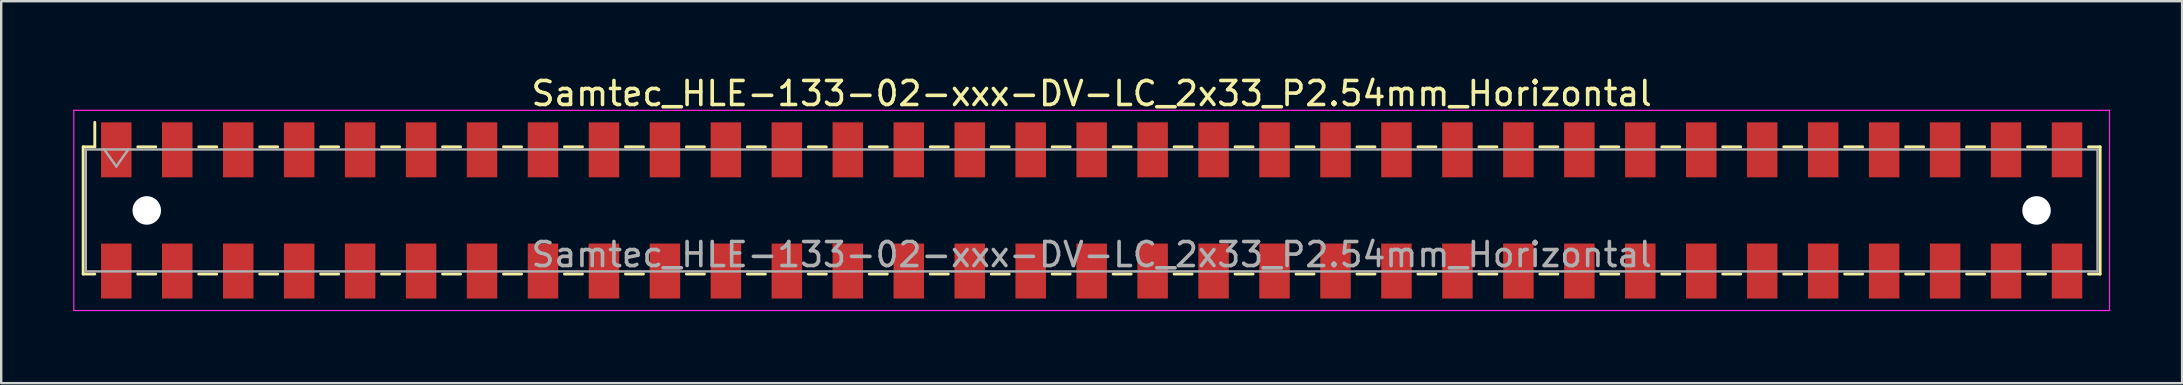
<source format=kicad_pcb>
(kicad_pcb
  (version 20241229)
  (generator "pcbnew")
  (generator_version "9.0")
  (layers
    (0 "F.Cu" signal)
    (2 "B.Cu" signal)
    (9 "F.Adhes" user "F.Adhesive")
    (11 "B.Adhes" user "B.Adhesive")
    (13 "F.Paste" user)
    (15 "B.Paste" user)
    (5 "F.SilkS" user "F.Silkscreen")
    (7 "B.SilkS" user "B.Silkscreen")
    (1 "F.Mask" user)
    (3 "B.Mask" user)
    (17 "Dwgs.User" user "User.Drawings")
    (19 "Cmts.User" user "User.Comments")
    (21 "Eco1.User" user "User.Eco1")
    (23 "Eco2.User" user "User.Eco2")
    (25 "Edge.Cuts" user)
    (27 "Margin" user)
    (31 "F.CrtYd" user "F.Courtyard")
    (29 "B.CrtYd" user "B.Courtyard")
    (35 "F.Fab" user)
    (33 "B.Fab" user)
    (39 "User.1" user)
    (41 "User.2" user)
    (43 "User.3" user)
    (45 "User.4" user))
  (footprint "Samtec_HLE-133-02-xxx-DV-LC_2x33_P2.54mm_Horizontal"
    (layer "F.Cu")
    (at 42.435 5.718)
    (property "Reference" "Samtec_HLE-133-02-xxx-DV-LC_2x33_P2.54mm_Horizontal" (at 0 -4.87 0) (layer "F.SilkS") (effects (font (size 1 1) (thickness 0.15))))
    (attr smd)
    (fp_line (start -42.02 -2.65) (end -42.02 2.65) (stroke (width 0.12) (type solid)) (layer "F.SilkS"))
    (fp_line (start -42.02 2.65) (end -41.535 2.65) (stroke (width 0.12) (type solid)) (layer "F.SilkS"))
    (fp_line (start -41.535 -3.67) (end -41.535 -2.65) (stroke (width 0.12) (type solid)) (layer "F.SilkS"))
    (fp_line (start -41.535 -2.65) (end -42.02 -2.65) (stroke (width 0.12) (type solid)) (layer "F.SilkS"))
    (fp_line (start -39.745 -2.65) (end -38.995 -2.65) (stroke (width 0.12) (type solid)) (layer "F.SilkS"))
    (fp_line (start -39.745 2.65) (end -38.995 2.65) (stroke (width 0.12) (type solid)) (layer "F.SilkS"))
    (fp_line (start -37.205 -2.65) (end -36.455 -2.65) (stroke (width 0.12) (type solid)) (layer "F.SilkS"))
    (fp_line (start -37.205 2.65) (end -36.455 2.65) (stroke (width 0.12) (type solid)) (layer "F.SilkS"))
    (fp_line (start -34.665 -2.65) (end -33.915 -2.65) (stroke (width 0.12) (type solid)) (layer "F.SilkS"))
    (fp_line (start -34.665 2.65) (end -33.915 2.65) (stroke (width 0.12) (type solid)) (layer "F.SilkS"))
    (fp_line (start -32.125 -2.65) (end -31.375 -2.65) (stroke (width 0.12) (type solid)) (layer "F.SilkS"))
    (fp_line (start -32.125 2.65) (end -31.375 2.65) (stroke (width 0.12) (type solid)) (layer "F.SilkS"))
    (fp_line (start -29.585 -2.65) (end -28.835 -2.65) (stroke (width 0.12) (type solid)) (layer "F.SilkS"))
    (fp_line (start -29.585 2.65) (end -28.835 2.65) (stroke (width 0.12) (type solid)) (layer "F.SilkS"))
    (fp_line (start -27.045 -2.65) (end -26.295 -2.65) (stroke (width 0.12) (type solid)) (layer "F.SilkS"))
    (fp_line (start -27.045 2.65) (end -26.295 2.65) (stroke (width 0.12) (type solid)) (layer "F.SilkS"))
    (fp_line (start -24.505 -2.65) (end -23.755 -2.65) (stroke (width 0.12) (type solid)) (layer "F.SilkS"))
    (fp_line (start -24.505 2.65) (end -23.755 2.65) (stroke (width 0.12) (type solid)) (layer "F.SilkS"))
    (fp_line (start -21.965 -2.65) (end -21.215 -2.65) (stroke (width 0.12) (type solid)) (layer "F.SilkS"))
    (fp_line (start -21.965 2.65) (end -21.215 2.65) (stroke (width 0.12) (type solid)) (layer "F.SilkS"))
    (fp_line (start -19.425 -2.65) (end -18.675 -2.65) (stroke (width 0.12) (type solid)) (layer "F.SilkS"))
    (fp_line (start -19.425 2.65) (end -18.675 2.65) (stroke (width 0.12) (type solid)) (layer "F.SilkS"))
    (fp_line (start -16.885 -2.65) (end -16.135 -2.65) (stroke (width 0.12) (type solid)) (layer "F.SilkS"))
    (fp_line (start -16.885 2.65) (end -16.135 2.65) (stroke (width 0.12) (type solid)) (layer "F.SilkS"))
    (fp_line (start -14.345 -2.65) (end -13.595 -2.65) (stroke (width 0.12) (type solid)) (layer "F.SilkS"))
    (fp_line (start -14.345 2.65) (end -13.595 2.65) (stroke (width 0.12) (type solid)) (layer "F.SilkS"))
    (fp_line (start -11.805 -2.65) (end -11.055 -2.65) (stroke (width 0.12) (type solid)) (layer "F.SilkS"))
    (fp_line (start -11.805 2.65) (end -11.055 2.65) (stroke (width 0.12) (type solid)) (layer "F.SilkS"))
    (fp_line (start -9.265 -2.65) (end -8.515 -2.65) (stroke (width 0.12) (type solid)) (layer "F.SilkS"))
    (fp_line (start -9.265 2.65) (end -8.515 2.65) (stroke (width 0.12) (type solid)) (layer "F.SilkS"))
    (fp_line (start -6.725 -2.65) (end -5.975 -2.65) (stroke (width 0.12) (type solid)) (layer "F.SilkS"))
    (fp_line (start -6.725 2.65) (end -5.975 2.65) (stroke (width 0.12) (type solid)) (layer "F.SilkS"))
    (fp_line (start -4.185 -2.65) (end -3.435 -2.65) (stroke (width 0.12) (type solid)) (layer "F.SilkS"))
    (fp_line (start -4.185 2.65) (end -3.435 2.65) (stroke (width 0.12) (type solid)) (layer "F.SilkS"))
    (fp_line (start -1.645 -2.65) (end -0.895 -2.65) (stroke (width 0.12) (type solid)) (layer "F.SilkS"))
    (fp_line (start -1.645 2.65) (end -0.895 2.65) (stroke (width 0.12) (type solid)) (layer "F.SilkS"))
    (fp_line (start 0.895 -2.65) (end 1.645 -2.65) (stroke (width 0.12) (type solid)) (layer "F.SilkS"))
    (fp_line (start 0.895 2.65) (end 1.645 2.65) (stroke (width 0.12) (type solid)) (layer "F.SilkS"))
    (fp_line (start 3.435 -2.65) (end 4.185 -2.65) (stroke (width 0.12) (type solid)) (layer "F.SilkS"))
    (fp_line (start 3.435 2.65) (end 4.185 2.65) (stroke (width 0.12) (type solid)) (layer "F.SilkS"))
    (fp_line (start 5.975 -2.65) (end 6.725 -2.65) (stroke (width 0.12) (type solid)) (layer "F.SilkS"))
    (fp_line (start 5.975 2.65) (end 6.725 2.65) (stroke (width 0.12) (type solid)) (layer "F.SilkS"))
    (fp_line (start 8.515 -2.65) (end 9.265 -2.65) (stroke (width 0.12) (type solid)) (layer "F.SilkS"))
    (fp_line (start 8.515 2.65) (end 9.265 2.65) (stroke (width 0.12) (type solid)) (layer "F.SilkS"))
    (fp_line (start 11.055 -2.65) (end 11.805 -2.65) (stroke (width 0.12) (type solid)) (layer "F.SilkS"))
    (fp_line (start 11.055 2.65) (end 11.805 2.65) (stroke (width 0.12) (type solid)) (layer "F.SilkS"))
    (fp_line (start 13.595 -2.65) (end 14.345 -2.65) (stroke (width 0.12) (type solid)) (layer "F.SilkS"))
    (fp_line (start 13.595 2.65) (end 14.345 2.65) (stroke (width 0.12) (type solid)) (layer "F.SilkS"))
    (fp_line (start 16.135 -2.65) (end 16.885 -2.65) (stroke (width 0.12) (type solid)) (layer "F.SilkS"))
    (fp_line (start 16.135 2.65) (end 16.885 2.65) (stroke (width 0.12) (type solid)) (layer "F.SilkS"))
    (fp_line (start 18.675 -2.65) (end 19.425 -2.65) (stroke (width 0.12) (type solid)) (layer "F.SilkS"))
    (fp_line (start 18.675 2.65) (end 19.425 2.65) (stroke (width 0.12) (type solid)) (layer "F.SilkS"))
    (fp_line (start 21.215 -2.65) (end 21.965 -2.65) (stroke (width 0.12) (type solid)) (layer "F.SilkS"))
    (fp_line (start 21.215 2.65) (end 21.965 2.65) (stroke (width 0.12) (type solid)) (layer "F.SilkS"))
    (fp_line (start 23.755 -2.65) (end 24.505 -2.65) (stroke (width 0.12) (type solid)) (layer "F.SilkS"))
    (fp_line (start 23.755 2.65) (end 24.505 2.65) (stroke (width 0.12) (type solid)) (layer "F.SilkS"))
    (fp_line (start 26.295 -2.65) (end 27.045 -2.65) (stroke (width 0.12) (type solid)) (layer "F.SilkS"))
    (fp_line (start 26.295 2.65) (end 27.045 2.65) (stroke (width 0.12) (type solid)) (layer "F.SilkS"))
    (fp_line (start 28.835 -2.65) (end 29.585 -2.65) (stroke (width 0.12) (type solid)) (layer "F.SilkS"))
    (fp_line (start 28.835 2.65) (end 29.585 2.65) (stroke (width 0.12) (type solid)) (layer "F.SilkS"))
    (fp_line (start 31.375 -2.65) (end 32.125 -2.65) (stroke (width 0.12) (type solid)) (layer "F.SilkS"))
    (fp_line (start 31.375 2.65) (end 32.125 2.65) (stroke (width 0.12) (type solid)) (layer "F.SilkS"))
    (fp_line (start 33.915 -2.65) (end 34.665 -2.65) (stroke (width 0.12) (type solid)) (layer "F.SilkS"))
    (fp_line (start 33.915 2.65) (end 34.665 2.65) (stroke (width 0.12) (type solid)) (layer "F.SilkS"))
    (fp_line (start 36.455 -2.65) (end 37.205 -2.65) (stroke (width 0.12) (type solid)) (layer "F.SilkS"))
    (fp_line (start 36.455 2.65) (end 37.205 2.65) (stroke (width 0.12) (type solid)) (layer "F.SilkS"))
    (fp_line (start 38.995 -2.65) (end 39.745 -2.65) (stroke (width 0.12) (type solid)) (layer "F.SilkS"))
    (fp_line (start 38.995 2.65) (end 39.745 2.65) (stroke (width 0.12) (type solid)) (layer "F.SilkS"))
    (fp_line (start 41.535 -2.65) (end 42.02 -2.65) (stroke (width 0.12) (type solid)) (layer "F.SilkS"))
    (fp_line (start 42.02 -2.65) (end 42.02 2.65) (stroke (width 0.12) (type solid)) (layer "F.SilkS"))
    (fp_line (start 42.02 2.65) (end 41.535 2.65) (stroke (width 0.12) (type solid)) (layer "F.SilkS"))
    (fp_line (start -42.41 -4.17) (end 42.41 -4.17) (stroke (width 0.05) (type solid)) (layer "F.CrtYd"))
    (fp_line (start -42.41 4.17) (end -42.41 -4.17) (stroke (width 0.05) (type solid)) (layer "F.CrtYd"))
    (fp_line (start 42.41 -4.17) (end 42.41 4.17) (stroke (width 0.05) (type solid)) (layer "F.CrtYd"))
    (fp_line (start 42.41 4.17) (end -42.41 4.17) (stroke (width 0.05) (type solid)) (layer "F.CrtYd"))
    (fp_line (start -41.91 -2.54) (end 41.91 -2.54) (stroke (width 0.1) (type solid)) (layer "F.Fab"))
    (fp_line (start -41.91 2.54) (end -41.91 -2.54) (stroke (width 0.1) (type solid)) (layer "F.Fab"))
    (fp_line (start -41.14 -2.54) (end -40.64 -1.833) (stroke (width 0.1) (type solid)) (layer "F.Fab"))
    (fp_line (start -40.64 -1.833) (end -40.14 -2.54) (stroke (width 0.1) (type solid)) (layer "F.Fab"))
    (fp_line (start 41.91 -2.54) (end 41.91 2.54) (stroke (width 0.1) (type solid)) (layer "F.Fab"))
    (fp_line (start 41.91 2.54) (end -41.91 2.54) (stroke (width 0.1) (type solid)) (layer "F.Fab"))
    (fp_text user "${REFERENCE}" (at 0 1.84 0) (layer "F.Fab") (effects (font (size 1 1) (thickness 0.15))))
    (pad "" np_thru_hole circle (at -39.37 0) (size 1.19 1.19) (drill 1.19) (layers "*.Cu" "*.Mask"))
    (pad "" np_thru_hole circle (at 39.37 0) (size 1.19 1.19) (drill 1.19) (layers "*.Cu" "*.Mask"))
    (pad "1" smd rect (at -40.64 -2.525) (size 1.27 2.29) (layers "F.Cu" "F.Mask" "F.Paste"))
    (pad "2" smd rect (at -40.64 2.525) (size 1.27 2.29) (layers "F.Cu" "F.Mask" "F.Paste"))
    (pad "3" smd rect (at -38.1 -2.525) (size 1.27 2.29) (layers "F.Cu" "F.Mask" "F.Paste"))
    (pad "4" smd rect (at -38.1 2.525) (size 1.27 2.29) (layers "F.Cu" "F.Mask" "F.Paste"))
    (pad "5" smd rect (at -35.56 -2.525) (size 1.27 2.29) (layers "F.Cu" "F.Mask" "F.Paste"))
    (pad "6" smd rect (at -35.56 2.525) (size 1.27 2.29) (layers "F.Cu" "F.Mask" "F.Paste"))
    (pad "7" smd rect (at -33.02 -2.525) (size 1.27 2.29) (layers "F.Cu" "F.Mask" "F.Paste"))
    (pad "8" smd rect (at -33.02 2.525) (size 1.27 2.29) (layers "F.Cu" "F.Mask" "F.Paste"))
    (pad "9" smd rect (at -30.48 -2.525) (size 1.27 2.29) (layers "F.Cu" "F.Mask" "F.Paste"))
    (pad "10" smd rect (at -30.48 2.525) (size 1.27 2.29) (layers "F.Cu" "F.Mask" "F.Paste"))
    (pad "11" smd rect (at -27.94 -2.525) (size 1.27 2.29) (layers "F.Cu" "F.Mask" "F.Paste"))
    (pad "12" smd rect (at -27.94 2.525) (size 1.27 2.29) (layers "F.Cu" "F.Mask" "F.Paste"))
    (pad "13" smd rect (at -25.4 -2.525) (size 1.27 2.29) (layers "F.Cu" "F.Mask" "F.Paste"))
    (pad "14" smd rect (at -25.4 2.525) (size 1.27 2.29) (layers "F.Cu" "F.Mask" "F.Paste"))
    (pad "15" smd rect (at -22.86 -2.525) (size 1.27 2.29) (layers "F.Cu" "F.Mask" "F.Paste"))
    (pad "16" smd rect (at -22.86 2.525) (size 1.27 2.29) (layers "F.Cu" "F.Mask" "F.Paste"))
    (pad "17" smd rect (at -20.32 -2.525) (size 1.27 2.29) (layers "F.Cu" "F.Mask" "F.Paste"))
    (pad "18" smd rect (at -20.32 2.525) (size 1.27 2.29) (layers "F.Cu" "F.Mask" "F.Paste"))
    (pad "19" smd rect (at -17.78 -2.525) (size 1.27 2.29) (layers "F.Cu" "F.Mask" "F.Paste"))
    (pad "20" smd rect (at -17.78 2.525) (size 1.27 2.29) (layers "F.Cu" "F.Mask" "F.Paste"))
    (pad "21" smd rect (at -15.24 -2.525) (size 1.27 2.29) (layers "F.Cu" "F.Mask" "F.Paste"))
    (pad "22" smd rect (at -15.24 2.525) (size 1.27 2.29) (layers "F.Cu" "F.Mask" "F.Paste"))
    (pad "23" smd rect (at -12.7 -2.525) (size 1.27 2.29) (layers "F.Cu" "F.Mask" "F.Paste"))
    (pad "24" smd rect (at -12.7 2.525) (size 1.27 2.29) (layers "F.Cu" "F.Mask" "F.Paste"))
    (pad "25" smd rect (at -10.16 -2.525) (size 1.27 2.29) (layers "F.Cu" "F.Mask" "F.Paste"))
    (pad "26" smd rect (at -10.16 2.525) (size 1.27 2.29) (layers "F.Cu" "F.Mask" "F.Paste"))
    (pad "27" smd rect (at -7.62 -2.525) (size 1.27 2.29) (layers "F.Cu" "F.Mask" "F.Paste"))
    (pad "28" smd rect (at -7.62 2.525) (size 1.27 2.29) (layers "F.Cu" "F.Mask" "F.Paste"))
    (pad "29" smd rect (at -5.08 -2.525) (size 1.27 2.29) (layers "F.Cu" "F.Mask" "F.Paste"))
    (pad "30" smd rect (at -5.08 2.525) (size 1.27 2.29) (layers "F.Cu" "F.Mask" "F.Paste"))
    (pad "31" smd rect (at -2.54 -2.525) (size 1.27 2.29) (layers "F.Cu" "F.Mask" "F.Paste"))
    (pad "32" smd rect (at -2.54 2.525) (size 1.27 2.29) (layers "F.Cu" "F.Mask" "F.Paste"))
    (pad "33" smd rect (at 0 -2.525) (size 1.27 2.29) (layers "F.Cu" "F.Mask" "F.Paste"))
    (pad "34" smd rect (at 0 2.525) (size 1.27 2.29) (layers "F.Cu" "F.Mask" "F.Paste"))
    (pad "35" smd rect (at 2.54 -2.525) (size 1.27 2.29) (layers "F.Cu" "F.Mask" "F.Paste"))
    (pad "36" smd rect (at 2.54 2.525) (size 1.27 2.29) (layers "F.Cu" "F.Mask" "F.Paste"))
    (pad "37" smd rect (at 5.08 -2.525) (size 1.27 2.29) (layers "F.Cu" "F.Mask" "F.Paste"))
    (pad "38" smd rect (at 5.08 2.525) (size 1.27 2.29) (layers "F.Cu" "F.Mask" "F.Paste"))
    (pad "39" smd rect (at 7.62 -2.525) (size 1.27 2.29) (layers "F.Cu" "F.Mask" "F.Paste"))
    (pad "40" smd rect (at 7.62 2.525) (size 1.27 2.29) (layers "F.Cu" "F.Mask" "F.Paste"))
    (pad "41" smd rect (at 10.16 -2.525) (size 1.27 2.29) (layers "F.Cu" "F.Mask" "F.Paste"))
    (pad "42" smd rect (at 10.16 2.525) (size 1.27 2.29) (layers "F.Cu" "F.Mask" "F.Paste"))
    (pad "43" smd rect (at 12.7 -2.525) (size 1.27 2.29) (layers "F.Cu" "F.Mask" "F.Paste"))
    (pad "44" smd rect (at 12.7 2.525) (size 1.27 2.29) (layers "F.Cu" "F.Mask" "F.Paste"))
    (pad "45" smd rect (at 15.24 -2.525) (size 1.27 2.29) (layers "F.Cu" "F.Mask" "F.Paste"))
    (pad "46" smd rect (at 15.24 2.525) (size 1.27 2.29) (layers "F.Cu" "F.Mask" "F.Paste"))
    (pad "47" smd rect (at 17.78 -2.525) (size 1.27 2.29) (layers "F.Cu" "F.Mask" "F.Paste"))
    (pad "48" smd rect (at 17.78 2.525) (size 1.27 2.29) (layers "F.Cu" "F.Mask" "F.Paste"))
    (pad "49" smd rect (at 20.32 -2.525) (size 1.27 2.29) (layers "F.Cu" "F.Mask" "F.Paste"))
    (pad "50" smd rect (at 20.32 2.525) (size 1.27 2.29) (layers "F.Cu" "F.Mask" "F.Paste"))
    (pad "51" smd rect (at 22.86 -2.525) (size 1.27 2.29) (layers "F.Cu" "F.Mask" "F.Paste"))
    (pad "52" smd rect (at 22.86 2.525) (size 1.27 2.29) (layers "F.Cu" "F.Mask" "F.Paste"))
    (pad "53" smd rect (at 25.4 -2.525) (size 1.27 2.29) (layers "F.Cu" "F.Mask" "F.Paste"))
    (pad "54" smd rect (at 25.4 2.525) (size 1.27 2.29) (layers "F.Cu" "F.Mask" "F.Paste"))
    (pad "55" smd rect (at 27.94 -2.525) (size 1.27 2.29) (layers "F.Cu" "F.Mask" "F.Paste"))
    (pad "56" smd rect (at 27.94 2.525) (size 1.27 2.29) (layers "F.Cu" "F.Mask" "F.Paste"))
    (pad "57" smd rect (at 30.48 -2.525) (size 1.27 2.29) (layers "F.Cu" "F.Mask" "F.Paste"))
    (pad "58" smd rect (at 30.48 2.525) (size 1.27 2.29) (layers "F.Cu" "F.Mask" "F.Paste"))
    (pad "59" smd rect (at 33.02 -2.525) (size 1.27 2.29) (layers "F.Cu" "F.Mask" "F.Paste"))
    (pad "60" smd rect (at 33.02 2.525) (size 1.27 2.29) (layers "F.Cu" "F.Mask" "F.Paste"))
    (pad "61" smd rect (at 35.56 -2.525) (size 1.27 2.29) (layers "F.Cu" "F.Mask" "F.Paste"))
    (pad "62" smd rect (at 35.56 2.525) (size 1.27 2.29) (layers "F.Cu" "F.Mask" "F.Paste"))
    (pad "63" smd rect (at 38.1 -2.525) (size 1.27 2.29) (layers "F.Cu" "F.Mask" "F.Paste"))
    (pad "64" smd rect (at 38.1 2.525) (size 1.27 2.29) (layers "F.Cu" "F.Mask" "F.Paste"))
    (pad "65" smd rect (at 40.64 -2.525) (size 1.27 2.29) (layers "F.Cu" "F.Mask" "F.Paste"))
    (pad "66" smd rect (at 40.64 2.525) (size 1.27 2.29) (layers "F.Cu" "F.Mask" "F.Paste")))
  (gr_rect
    (start -3 -3)
    (end 87.87 12.913)
    (stroke (width 0.1) (type default))
    (fill no)
    (layer "Edge.Cuts")))
</source>
